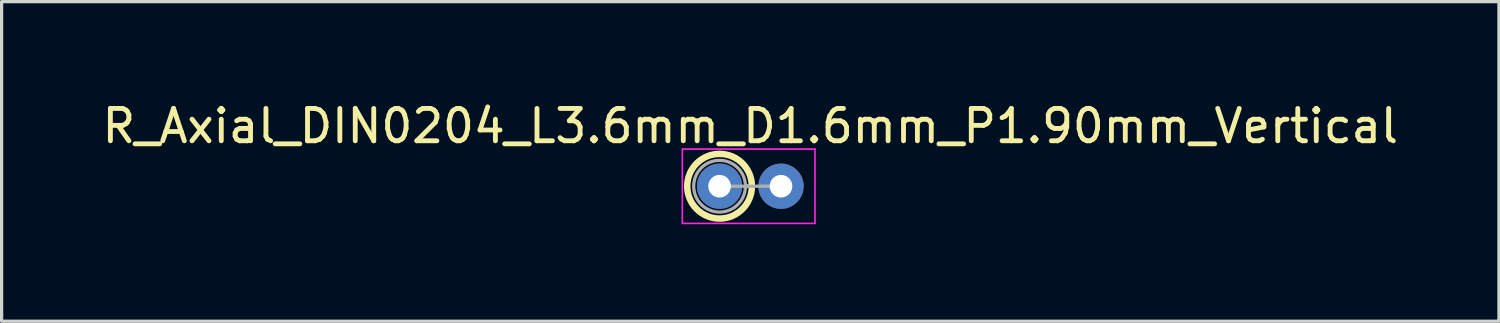
<source format=kicad_pcb>
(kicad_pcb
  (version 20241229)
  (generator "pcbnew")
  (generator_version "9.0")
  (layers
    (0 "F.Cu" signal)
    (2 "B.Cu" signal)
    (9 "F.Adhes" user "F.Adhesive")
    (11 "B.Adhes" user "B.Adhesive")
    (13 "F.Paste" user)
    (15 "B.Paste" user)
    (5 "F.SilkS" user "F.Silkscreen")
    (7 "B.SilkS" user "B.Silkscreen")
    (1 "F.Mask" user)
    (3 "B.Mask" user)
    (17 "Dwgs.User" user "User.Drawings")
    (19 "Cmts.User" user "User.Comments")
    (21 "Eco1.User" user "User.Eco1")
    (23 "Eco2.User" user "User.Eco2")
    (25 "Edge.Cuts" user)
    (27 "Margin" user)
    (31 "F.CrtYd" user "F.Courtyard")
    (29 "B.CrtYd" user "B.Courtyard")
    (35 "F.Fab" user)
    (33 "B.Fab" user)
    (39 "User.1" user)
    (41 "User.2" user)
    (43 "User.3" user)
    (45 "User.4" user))
  (footprint "R_Axial_DIN0204_L3.6mm_D1.6mm_P1.90mm_Vertical"
    (layer "F.Cu")
    (at 19.199 2.708)
    (property "Reference" "R_Axial_DIN0204_L3.6mm_D1.6mm_P1.90mm_Vertical" (at 0.95 -1.86 0) (layer "F.SilkS") (effects (font (size 1 1) (thickness 0.15))))
    (attr through_hole)
    (fp_line (start 0.86 0) (end 0.9 0) (stroke (width 0.12) (type solid)) (layer "F.SilkS"))
    (fp_circle (center 0 0) (end 1 0) (stroke (width 0.2) (type solid)) (fill no) (layer "F.SilkS"))
    (fp_line (start -1.15 -1.15) (end -1.15 1.15) (stroke (width 0.05) (type solid)) (layer "F.CrtYd"))
    (fp_line (start -1.15 1.15) (end 2.95 1.15) (stroke (width 0.05) (type solid)) (layer "F.CrtYd"))
    (fp_line (start 2.95 -1.15) (end -1.15 -1.15) (stroke (width 0.05) (type solid)) (layer "F.CrtYd"))
    (fp_line (start 2.95 1.15) (end 2.95 -1.15) (stroke (width 0.05) (type solid)) (layer "F.CrtYd"))
    (fp_line (start 0 0) (end 1.9 0) (stroke (width 0.1) (type solid)) (layer "F.Fab"))
    (fp_circle (center 0 0) (end 0.8 0) (stroke (width 0.1) (type solid)) (fill no) (layer "F.Fab"))
    (pad "1" thru_hole circle (at 0 0) (size 1.4 1.4) (drill 0.7) (layers "*.Cu" "*.Mask"))
    (pad "2" thru_hole oval (at 1.9 0) (size 1.4 1.4) (drill 0.7) (layers "*.Cu" "*.Mask")))
  (gr_rect
    (start -3 -3)
    (end 43.298 6.883)
    (stroke (width 0.1) (type default))
    (fill no)
    (layer "Edge.Cuts")))
</source>
